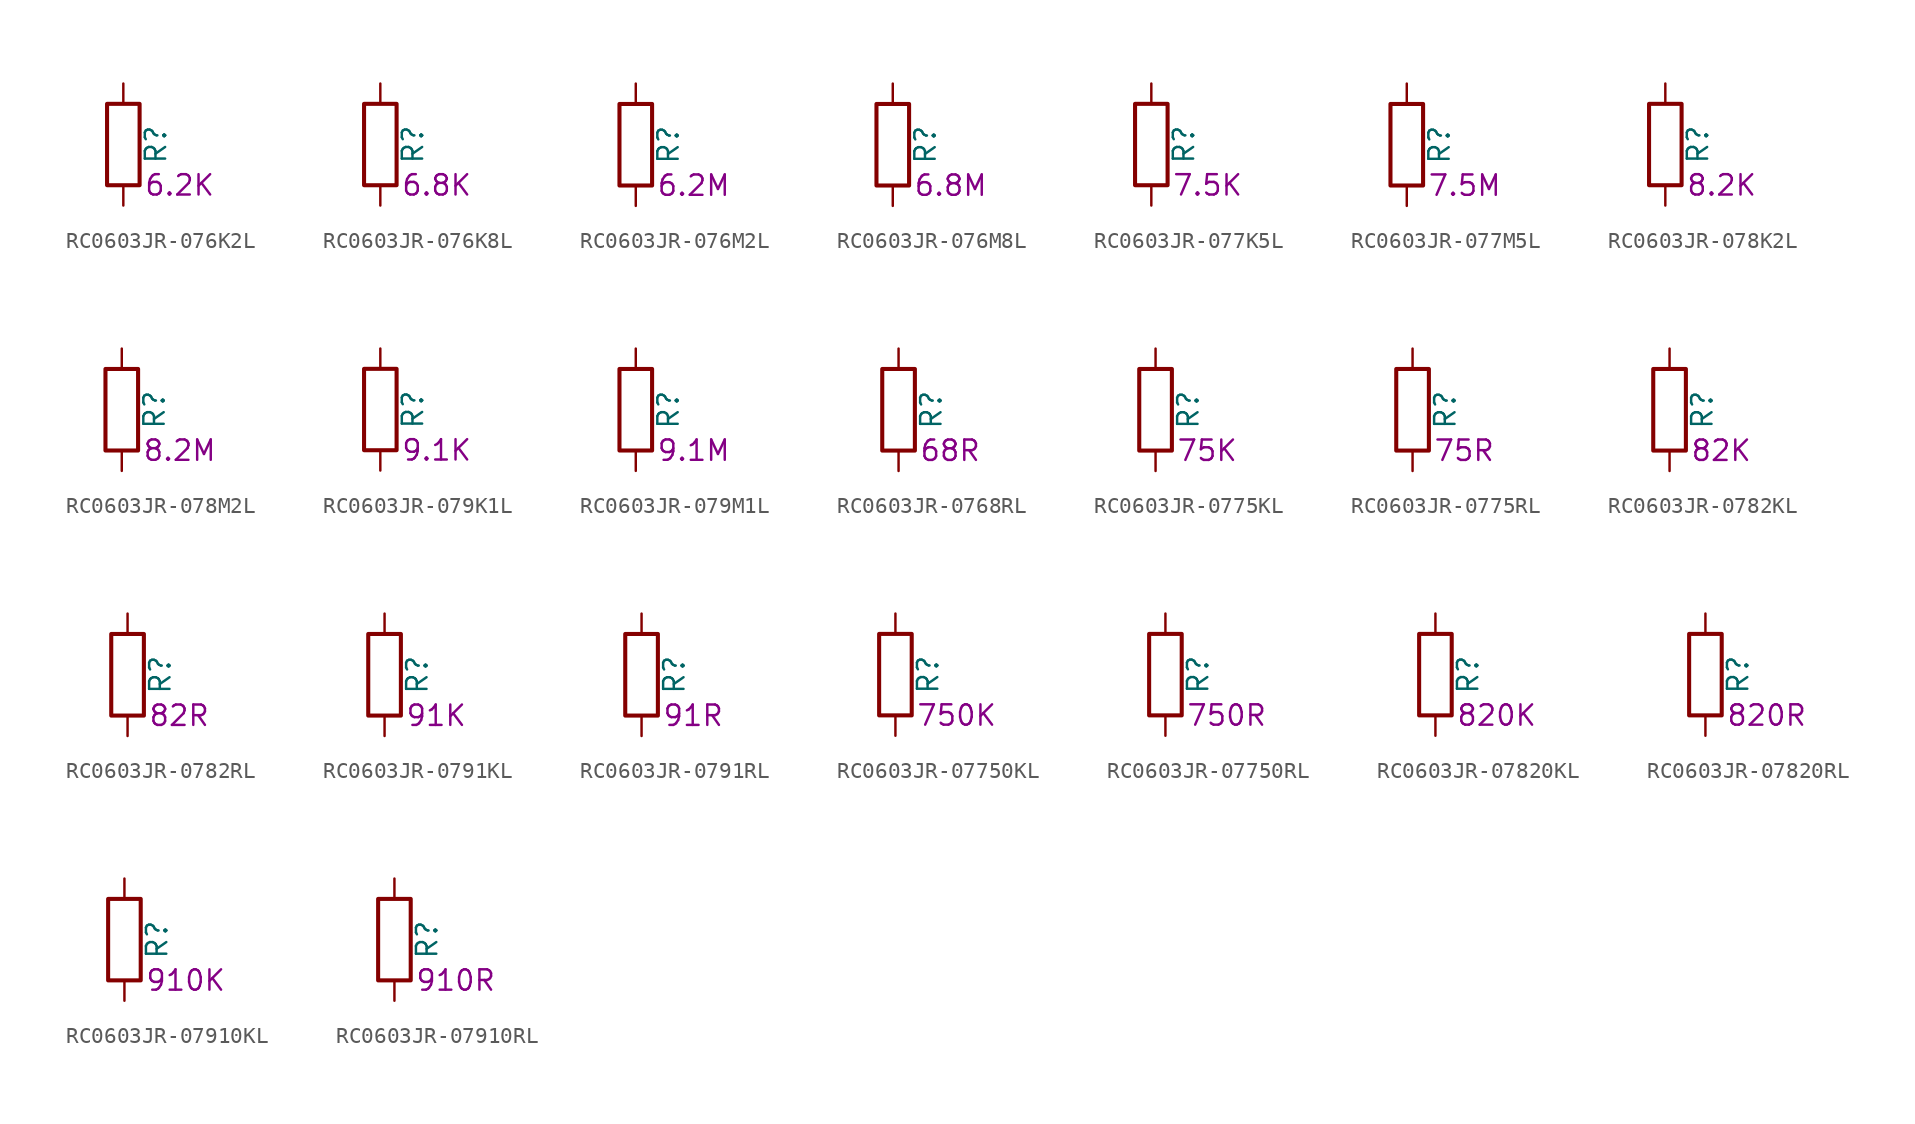
<source format=kicad_sym>
(kicad_symbol_lib
  (version 20220914)
  (generator kicad_symbol_editor)
  (symbol "RC0603JR-076K2L"
    (pin_numbers hide)
    (pin_names
      (offset 0))
    (property "Reference" "R"
      (at 2.032 0 90)
      (effects (font (size 1.27 1.27))))
    (property "Resistance" "6.2K"
      (at 1.27 -2.54 0)
      (effects (font (size 1.27 1.27)) (justify left)))
    (symbol "RC0603JR-076K2L_0_1"
      (rectangle (start -1.016 -2.54) (end 1.016 2.54) (stroke (width 0.254) (type default)) (fill (type none))))
    (symbol "RC0603JR-076K2L_1_1"
      (pin passive line (at 0 3.81 270) (length 1.27) (name "~" (effects (font (size 1.27 1.27)))) (number "1" (effects (font (size 1.27 1.27)))))
      (pin passive line (at 0 -3.81 90) (length 1.27) (name "~" (effects (font (size 1.27 1.27)))) (number "2" (effects (font (size 1.27 1.27)))))))
  (symbol "RC0603JR-076K8L"
    (pin_numbers hide)
    (pin_names
      (offset 0))
    (property "Reference" "R"
      (at 2.032 0 90)
      (effects (font (size 1.27 1.27))))
    (property "Resistance" "6.8K"
      (at 1.27 -2.54 0)
      (effects (font (size 1.27 1.27)) (justify left)))
    (symbol "RC0603JR-076K8L_0_1"
      (rectangle (start -1.016 -2.54) (end 1.016 2.54) (stroke (width 0.254) (type default)) (fill (type none))))
    (symbol "RC0603JR-076K8L_1_1"
      (pin passive line (at 0 3.81 270) (length 1.27) (name "~" (effects (font (size 1.27 1.27)))) (number "1" (effects (font (size 1.27 1.27)))))
      (pin passive line (at 0 -3.81 90) (length 1.27) (name "~" (effects (font (size 1.27 1.27)))) (number "2" (effects (font (size 1.27 1.27)))))))
  (symbol "RC0603JR-076M2L"
    (pin_numbers hide)
    (pin_names
      (offset 0))
    (property "Reference" "R"
      (at 2.032 0 90)
      (effects (font (size 1.27 1.27))))
    (property "Resistance" "6.2M"
      (at 1.27 -2.54 0)
      (effects (font (size 1.27 1.27)) (justify left)))
    (symbol "RC0603JR-076M2L_0_1"
      (rectangle (start -1.016 -2.54) (end 1.016 2.54) (stroke (width 0.254) (type default)) (fill (type none))))
    (symbol "RC0603JR-076M2L_1_1"
      (pin passive line (at 0 3.81 270) (length 1.27) (name "~" (effects (font (size 1.27 1.27)))) (number "1" (effects (font (size 1.27 1.27)))))
      (pin passive line (at 0 -3.81 90) (length 1.27) (name "~" (effects (font (size 1.27 1.27)))) (number "2" (effects (font (size 1.27 1.27)))))))
  (symbol "RC0603JR-076M8L"
    (pin_numbers hide)
    (pin_names
      (offset 0))
    (property "Reference" "R"
      (at 2.032 0 90)
      (effects (font (size 1.27 1.27))))
    (property "Resistance" "6.8M"
      (at 1.27 -2.54 0)
      (effects (font (size 1.27 1.27)) (justify left)))
    (symbol "RC0603JR-076M8L_0_1"
      (rectangle (start -1.016 -2.54) (end 1.016 2.54) (stroke (width 0.254) (type default)) (fill (type none))))
    (symbol "RC0603JR-076M8L_1_1"
      (pin passive line (at 0 3.81 270) (length 1.27) (name "~" (effects (font (size 1.27 1.27)))) (number "1" (effects (font (size 1.27 1.27)))))
      (pin passive line (at 0 -3.81 90) (length 1.27) (name "~" (effects (font (size 1.27 1.27)))) (number "2" (effects (font (size 1.27 1.27)))))))
  (symbol "RC0603JR-077K5L"
    (pin_numbers hide)
    (pin_names
      (offset 0))
    (property "Reference" "R"
      (at 2.032 0 90)
      (effects (font (size 1.27 1.27))))
    (property "Resistance" "7.5K"
      (at 1.27 -2.54 0)
      (effects (font (size 1.27 1.27)) (justify left)))
    (symbol "RC0603JR-077K5L_0_1"
      (rectangle (start -1.016 -2.54) (end 1.016 2.54) (stroke (width 0.254) (type default)) (fill (type none))))
    (symbol "RC0603JR-077K5L_1_1"
      (pin passive line (at 0 3.81 270) (length 1.27) (name "~" (effects (font (size 1.27 1.27)))) (number "1" (effects (font (size 1.27 1.27)))))
      (pin passive line (at 0 -3.81 90) (length 1.27) (name "~" (effects (font (size 1.27 1.27)))) (number "2" (effects (font (size 1.27 1.27)))))))
  (symbol "RC0603JR-077M5L"
    (pin_numbers hide)
    (pin_names
      (offset 0))
    (property "Reference" "R"
      (at 2.032 0 90)
      (effects (font (size 1.27 1.27))))
    (property "Resistance" "7.5M"
      (at 1.27 -2.54 0)
      (effects (font (size 1.27 1.27)) (justify left)))
    (symbol "RC0603JR-077M5L_0_1"
      (rectangle (start -1.016 -2.54) (end 1.016 2.54) (stroke (width 0.254) (type default)) (fill (type none))))
    (symbol "RC0603JR-077M5L_1_1"
      (pin passive line (at 0 3.81 270) (length 1.27) (name "~" (effects (font (size 1.27 1.27)))) (number "1" (effects (font (size 1.27 1.27)))))
      (pin passive line (at 0 -3.81 90) (length 1.27) (name "~" (effects (font (size 1.27 1.27)))) (number "2" (effects (font (size 1.27 1.27)))))))
  (symbol "RC0603JR-078K2L"
    (pin_numbers hide)
    (pin_names
      (offset 0))
    (property "Reference" "R"
      (at 2.032 0 90)
      (effects (font (size 1.27 1.27))))
    (property "Resistance" "8.2K"
      (at 1.27 -2.54 0)
      (effects (font (size 1.27 1.27)) (justify left)))
    (symbol "RC0603JR-078K2L_0_1"
      (rectangle (start -1.016 -2.54) (end 1.016 2.54) (stroke (width 0.254) (type default)) (fill (type none))))
    (symbol "RC0603JR-078K2L_1_1"
      (pin passive line (at 0 3.81 270) (length 1.27) (name "~" (effects (font (size 1.27 1.27)))) (number "1" (effects (font (size 1.27 1.27)))))
      (pin passive line (at 0 -3.81 90) (length 1.27) (name "~" (effects (font (size 1.27 1.27)))) (number "2" (effects (font (size 1.27 1.27)))))))
  (symbol "RC0603JR-078M2L"
    (pin_numbers hide)
    (pin_names
      (offset 0))
    (property "Reference" "R"
      (at 2.032 0 90)
      (effects (font (size 1.27 1.27))))
    (property "Resistance" "8.2M"
      (at 1.27 -2.54 0)
      (effects (font (size 1.27 1.27)) (justify left)))
    (symbol "RC0603JR-078M2L_0_1"
      (rectangle (start -1.016 -2.54) (end 1.016 2.54) (stroke (width 0.254) (type default)) (fill (type none))))
    (symbol "RC0603JR-078M2L_1_1"
      (pin passive line (at 0 3.81 270) (length 1.27) (name "~" (effects (font (size 1.27 1.27)))) (number "1" (effects (font (size 1.27 1.27)))))
      (pin passive line (at 0 -3.81 90) (length 1.27) (name "~" (effects (font (size 1.27 1.27)))) (number "2" (effects (font (size 1.27 1.27)))))))
  (symbol "RC0603JR-079K1L"
    (pin_numbers hide)
    (pin_names
      (offset 0))
    (property "Reference" "R"
      (at 2.032 0 90)
      (effects (font (size 1.27 1.27))))
    (property "Resistance" "9.1K"
      (at 1.27 -2.54 0)
      (effects (font (size 1.27 1.27)) (justify left)))
    (symbol "RC0603JR-079K1L_0_1"
      (rectangle (start -1.016 -2.54) (end 1.016 2.54) (stroke (width 0.254) (type default)) (fill (type none))))
    (symbol "RC0603JR-079K1L_1_1"
      (pin passive line (at 0 3.81 270) (length 1.27) (name "~" (effects (font (size 1.27 1.27)))) (number "1" (effects (font (size 1.27 1.27)))))
      (pin passive line (at 0 -3.81 90) (length 1.27) (name "~" (effects (font (size 1.27 1.27)))) (number "2" (effects (font (size 1.27 1.27)))))))
  (symbol "RC0603JR-079M1L"
    (pin_numbers hide)
    (pin_names
      (offset 0))
    (property "Reference" "R"
      (at 2.032 0 90)
      (effects (font (size 1.27 1.27))))
    (property "Resistance" "9.1M"
      (at 1.27 -2.54 0)
      (effects (font (size 1.27 1.27)) (justify left)))
    (symbol "RC0603JR-079M1L_0_1"
      (rectangle (start -1.016 -2.54) (end 1.016 2.54) (stroke (width 0.254) (type default)) (fill (type none))))
    (symbol "RC0603JR-079M1L_1_1"
      (pin passive line (at 0 3.81 270) (length 1.27) (name "~" (effects (font (size 1.27 1.27)))) (number "1" (effects (font (size 1.27 1.27)))))
      (pin passive line (at 0 -3.81 90) (length 1.27) (name "~" (effects (font (size 1.27 1.27)))) (number "2" (effects (font (size 1.27 1.27)))))))
  (symbol "RC0603JR-0768RL"
    (pin_numbers hide)
    (pin_names
      (offset 0))
    (property "Reference" "R"
      (at 2.032 0 90)
      (effects (font (size 1.27 1.27))))
    (property "Resistance" "68R"
      (at 1.27 -2.54 0)
      (effects (font (size 1.27 1.27)) (justify left)))
    (symbol "RC0603JR-0768RL_0_1"
      (rectangle (start -1.016 -2.54) (end 1.016 2.54) (stroke (width 0.254) (type default)) (fill (type none))))
    (symbol "RC0603JR-0768RL_1_1"
      (pin passive line (at 0 3.81 270) (length 1.27) (name "~" (effects (font (size 1.27 1.27)))) (number "1" (effects (font (size 1.27 1.27)))))
      (pin passive line (at 0 -3.81 90) (length 1.27) (name "~" (effects (font (size 1.27 1.27)))) (number "2" (effects (font (size 1.27 1.27)))))))
  (symbol "RC0603JR-0775KL"
    (pin_numbers hide)
    (pin_names
      (offset 0))
    (property "Reference" "R"
      (at 2.032 0 90)
      (effects (font (size 1.27 1.27))))
    (property "Resistance" "75K"
      (at 1.27 -2.54 0)
      (effects (font (size 1.27 1.27)) (justify left)))
    (symbol "RC0603JR-0775KL_0_1"
      (rectangle (start -1.016 -2.54) (end 1.016 2.54) (stroke (width 0.254) (type default)) (fill (type none))))
    (symbol "RC0603JR-0775KL_1_1"
      (pin passive line (at 0 3.81 270) (length 1.27) (name "~" (effects (font (size 1.27 1.27)))) (number "1" (effects (font (size 1.27 1.27)))))
      (pin passive line (at 0 -3.81 90) (length 1.27) (name "~" (effects (font (size 1.27 1.27)))) (number "2" (effects (font (size 1.27 1.27)))))))
  (symbol "RC0603JR-0775RL"
    (pin_numbers hide)
    (pin_names
      (offset 0))
    (property "Reference" "R"
      (at 2.032 0 90)
      (effects (font (size 1.27 1.27))))
    (property "Resistance" "75R"
      (at 1.27 -2.54 0)
      (effects (font (size 1.27 1.27)) (justify left)))
    (symbol "RC0603JR-0775RL_0_1"
      (rectangle (start -1.016 -2.54) (end 1.016 2.54) (stroke (width 0.254) (type default)) (fill (type none))))
    (symbol "RC0603JR-0775RL_1_1"
      (pin passive line (at 0 3.81 270) (length 1.27) (name "~" (effects (font (size 1.27 1.27)))) (number "1" (effects (font (size 1.27 1.27)))))
      (pin passive line (at 0 -3.81 90) (length 1.27) (name "~" (effects (font (size 1.27 1.27)))) (number "2" (effects (font (size 1.27 1.27)))))))
  (symbol "RC0603JR-0782KL"
    (pin_numbers hide)
    (pin_names
      (offset 0))
    (property "Reference" "R"
      (at 2.032 0 90)
      (effects (font (size 1.27 1.27))))
    (property "Resistance" "82K"
      (at 1.27 -2.54 0)
      (effects (font (size 1.27 1.27)) (justify left)))
    (symbol "RC0603JR-0782KL_0_1"
      (rectangle (start -1.016 -2.54) (end 1.016 2.54) (stroke (width 0.254) (type default)) (fill (type none))))
    (symbol "RC0603JR-0782KL_1_1"
      (pin passive line (at 0 3.81 270) (length 1.27) (name "~" (effects (font (size 1.27 1.27)))) (number "1" (effects (font (size 1.27 1.27)))))
      (pin passive line (at 0 -3.81 90) (length 1.27) (name "~" (effects (font (size 1.27 1.27)))) (number "2" (effects (font (size 1.27 1.27)))))))
  (symbol "RC0603JR-0782RL"
    (pin_numbers hide)
    (pin_names
      (offset 0))
    (property "Reference" "R"
      (at 2.032 0 90)
      (effects (font (size 1.27 1.27))))
    (property "Resistance" "82R"
      (at 1.27 -2.54 0)
      (effects (font (size 1.27 1.27)) (justify left)))
    (symbol "RC0603JR-0782RL_0_1"
      (rectangle (start -1.016 -2.54) (end 1.016 2.54) (stroke (width 0.254) (type default)) (fill (type none))))
    (symbol "RC0603JR-0782RL_1_1"
      (pin passive line (at 0 3.81 270) (length 1.27) (name "~" (effects (font (size 1.27 1.27)))) (number "1" (effects (font (size 1.27 1.27)))))
      (pin passive line (at 0 -3.81 90) (length 1.27) (name "~" (effects (font (size 1.27 1.27)))) (number "2" (effects (font (size 1.27 1.27)))))))
  (symbol "RC0603JR-0791KL"
    (pin_numbers hide)
    (pin_names
      (offset 0))
    (property "Reference" "R"
      (at 2.032 0 90)
      (effects (font (size 1.27 1.27))))
    (property "Resistance" "91K"
      (at 1.27 -2.54 0)
      (effects (font (size 1.27 1.27)) (justify left)))
    (symbol "RC0603JR-0791KL_0_1"
      (rectangle (start -1.016 -2.54) (end 1.016 2.54) (stroke (width 0.254) (type default)) (fill (type none))))
    (symbol "RC0603JR-0791KL_1_1"
      (pin passive line (at 0 3.81 270) (length 1.27) (name "~" (effects (font (size 1.27 1.27)))) (number "1" (effects (font (size 1.27 1.27)))))
      (pin passive line (at 0 -3.81 90) (length 1.27) (name "~" (effects (font (size 1.27 1.27)))) (number "2" (effects (font (size 1.27 1.27)))))))
  (symbol "RC0603JR-0791RL"
    (pin_numbers hide)
    (pin_names
      (offset 0))
    (property "Reference" "R"
      (at 2.032 0 90)
      (effects (font (size 1.27 1.27))))
    (property "Resistance" "91R"
      (at 1.27 -2.54 0)
      (effects (font (size 1.27 1.27)) (justify left)))
    (symbol "RC0603JR-0791RL_0_1"
      (rectangle (start -1.016 -2.54) (end 1.016 2.54) (stroke (width 0.254) (type default)) (fill (type none))))
    (symbol "RC0603JR-0791RL_1_1"
      (pin passive line (at 0 3.81 270) (length 1.27) (name "~" (effects (font (size 1.27 1.27)))) (number "1" (effects (font (size 1.27 1.27)))))
      (pin passive line (at 0 -3.81 90) (length 1.27) (name "~" (effects (font (size 1.27 1.27)))) (number "2" (effects (font (size 1.27 1.27)))))))
  (symbol "RC0603JR-07750KL"
    (pin_numbers hide)
    (pin_names
      (offset 0))
    (property "Reference" "R"
      (at 2.032 0 90)
      (effects (font (size 1.27 1.27))))
    (property "Resistance" "750K"
      (at 1.27 -2.54 0)
      (effects (font (size 1.27 1.27)) (justify left)))
    (symbol "RC0603JR-07750KL_0_1"
      (rectangle (start -1.016 -2.54) (end 1.016 2.54) (stroke (width 0.254) (type default)) (fill (type none))))
    (symbol "RC0603JR-07750KL_1_1"
      (pin passive line (at 0 3.81 270) (length 1.27) (name "~" (effects (font (size 1.27 1.27)))) (number "1" (effects (font (size 1.27 1.27)))))
      (pin passive line (at 0 -3.81 90) (length 1.27) (name "~" (effects (font (size 1.27 1.27)))) (number "2" (effects (font (size 1.27 1.27)))))))
  (symbol "RC0603JR-07750RL"
    (pin_numbers hide)
    (pin_names
      (offset 0))
    (property "Reference" "R"
      (at 2.032 0 90)
      (effects (font (size 1.27 1.27))))
    (property "Resistance" "750R"
      (at 1.27 -2.54 0)
      (effects (font (size 1.27 1.27)) (justify left)))
    (symbol "RC0603JR-07750RL_0_1"
      (rectangle (start -1.016 -2.54) (end 1.016 2.54) (stroke (width 0.254) (type default)) (fill (type none))))
    (symbol "RC0603JR-07750RL_1_1"
      (pin passive line (at 0 3.81 270) (length 1.27) (name "~" (effects (font (size 1.27 1.27)))) (number "1" (effects (font (size 1.27 1.27)))))
      (pin passive line (at 0 -3.81 90) (length 1.27) (name "~" (effects (font (size 1.27 1.27)))) (number "2" (effects (font (size 1.27 1.27)))))))
  (symbol "RC0603JR-07820KL"
    (pin_numbers hide)
    (pin_names
      (offset 0))
    (property "Reference" "R"
      (at 2.032 0 90)
      (effects (font (size 1.27 1.27))))
    (property "Resistance" "820K"
      (at 1.27 -2.54 0)
      (effects (font (size 1.27 1.27)) (justify left)))
    (symbol "RC0603JR-07820KL_0_1"
      (rectangle (start -1.016 -2.54) (end 1.016 2.54) (stroke (width 0.254) (type default)) (fill (type none))))
    (symbol "RC0603JR-07820KL_1_1"
      (pin passive line (at 0 3.81 270) (length 1.27) (name "~" (effects (font (size 1.27 1.27)))) (number "1" (effects (font (size 1.27 1.27)))))
      (pin passive line (at 0 -3.81 90) (length 1.27) (name "~" (effects (font (size 1.27 1.27)))) (number "2" (effects (font (size 1.27 1.27)))))))
  (symbol "RC0603JR-07820RL"
    (pin_numbers hide)
    (pin_names
      (offset 0))
    (property "Reference" "R"
      (at 2.032 0 90)
      (effects (font (size 1.27 1.27))))
    (property "Resistance" "820R"
      (at 1.27 -2.54 0)
      (effects (font (size 1.27 1.27)) (justify left)))
    (symbol "RC0603JR-07820RL_0_1"
      (rectangle (start -1.016 -2.54) (end 1.016 2.54) (stroke (width 0.254) (type default)) (fill (type none))))
    (symbol "RC0603JR-07820RL_1_1"
      (pin passive line (at 0 3.81 270) (length 1.27) (name "~" (effects (font (size 1.27 1.27)))) (number "1" (effects (font (size 1.27 1.27)))))
      (pin passive line (at 0 -3.81 90) (length 1.27) (name "~" (effects (font (size 1.27 1.27)))) (number "2" (effects (font (size 1.27 1.27)))))))
  (symbol "RC0603JR-07910KL"
    (pin_numbers hide)
    (pin_names
      (offset 0))
    (property "Reference" "R"
      (at 2.032 0 90)
      (effects (font (size 1.27 1.27))))
    (property "Resistance" "910K"
      (at 1.27 -2.54 0)
      (effects (font (size 1.27 1.27)) (justify left)))
    (symbol "RC0603JR-07910KL_0_1"
      (rectangle (start -1.016 -2.54) (end 1.016 2.54) (stroke (width 0.254) (type default)) (fill (type none))))
    (symbol "RC0603JR-07910KL_1_1"
      (pin passive line (at 0 3.81 270) (length 1.27) (name "~" (effects (font (size 1.27 1.27)))) (number "1" (effects (font (size 1.27 1.27)))))
      (pin passive line (at 0 -3.81 90) (length 1.27) (name "~" (effects (font (size 1.27 1.27)))) (number "2" (effects (font (size 1.27 1.27)))))))
  (symbol "RC0603JR-07910RL"
    (pin_numbers hide)
    (pin_names
      (offset 0))
    (property "Reference" "R"
      (at 2.032 0 90)
      (effects (font (size 1.27 1.27))))
    (property "Resistance" "910R"
      (at 1.27 -2.54 0)
      (effects (font (size 1.27 1.27)) (justify left)))
    (symbol "RC0603JR-07910RL_0_1"
      (rectangle (start -1.016 -2.54) (end 1.016 2.54) (stroke (width 0.254) (type default)) (fill (type none))))
    (symbol "RC0603JR-07910RL_1_1"
      (pin passive line (at 0 3.81 270) (length 1.27) (name "~" (effects (font (size 1.27 1.27)))) (number "1" (effects (font (size 1.27 1.27)))))
      (pin passive line (at 0 -3.81 90) (length 1.27) (name "~" (effects (font (size 1.27 1.27)))) (number "2" (effects (font (size 1.27 1.27))))))))
</source>
